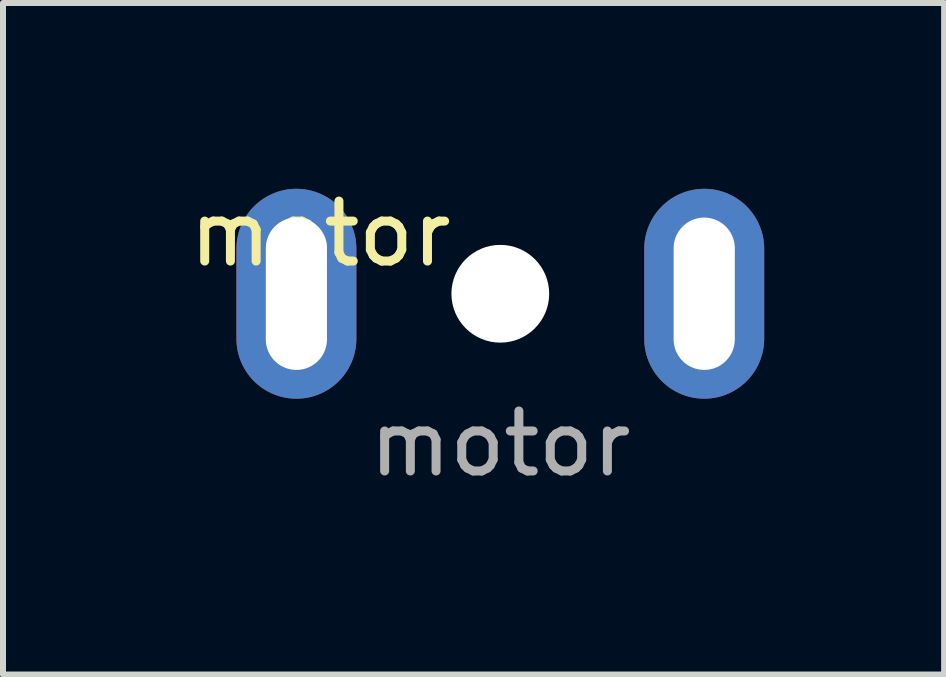
<source format=kicad_pcb>
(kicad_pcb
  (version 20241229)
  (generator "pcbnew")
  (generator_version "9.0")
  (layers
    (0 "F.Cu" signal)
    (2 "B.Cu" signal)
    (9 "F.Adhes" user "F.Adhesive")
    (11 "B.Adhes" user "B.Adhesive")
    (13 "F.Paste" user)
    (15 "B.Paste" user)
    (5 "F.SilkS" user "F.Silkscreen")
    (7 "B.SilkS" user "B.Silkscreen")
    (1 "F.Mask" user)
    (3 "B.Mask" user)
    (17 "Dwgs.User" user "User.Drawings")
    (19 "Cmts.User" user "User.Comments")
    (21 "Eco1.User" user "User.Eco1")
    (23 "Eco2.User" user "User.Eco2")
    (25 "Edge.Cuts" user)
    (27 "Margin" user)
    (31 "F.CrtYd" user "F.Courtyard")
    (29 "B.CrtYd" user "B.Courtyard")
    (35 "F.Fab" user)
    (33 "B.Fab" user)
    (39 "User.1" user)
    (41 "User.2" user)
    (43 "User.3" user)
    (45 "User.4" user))
  (footprint "motor"
    (layer "F.Cu")
    (at 5.292 1.848)
    (property "Reference" "motor" (at -3 -1 0) (unlocked yes) (layer "F.SilkS") (effects (font (size 1 1) (thickness 0.15))))
    (attr through_hole)
    (fp_text user "${REFERENCE}" (at 0 2.5 0) (unlocked yes) (layer "F.Fab") (effects (font (size 1 1) (thickness 0.15))))
    (pad "" np_thru_hole circle (at 0 0) (size 1.63 1.63) (drill 1.63) (layers "*.Cu" "*.Mask"))
    (pad "1" thru_hole oval (at -3.4 0) (size 2 3.5) (drill oval 1.02 2.54) (layers "*.Cu" "*.Mask"))
    (pad "2" thru_hole oval (at 3.4 0) (size 2 3.5) (drill oval 1.02 2.54) (layers "*.Cu" "*.Mask")))
  (gr_rect
    (start -3 -3)
    (end 12.692 8.197)
    (stroke (width 0.1) (type default))
    (fill no)
    (layer "Edge.Cuts")))
</source>
